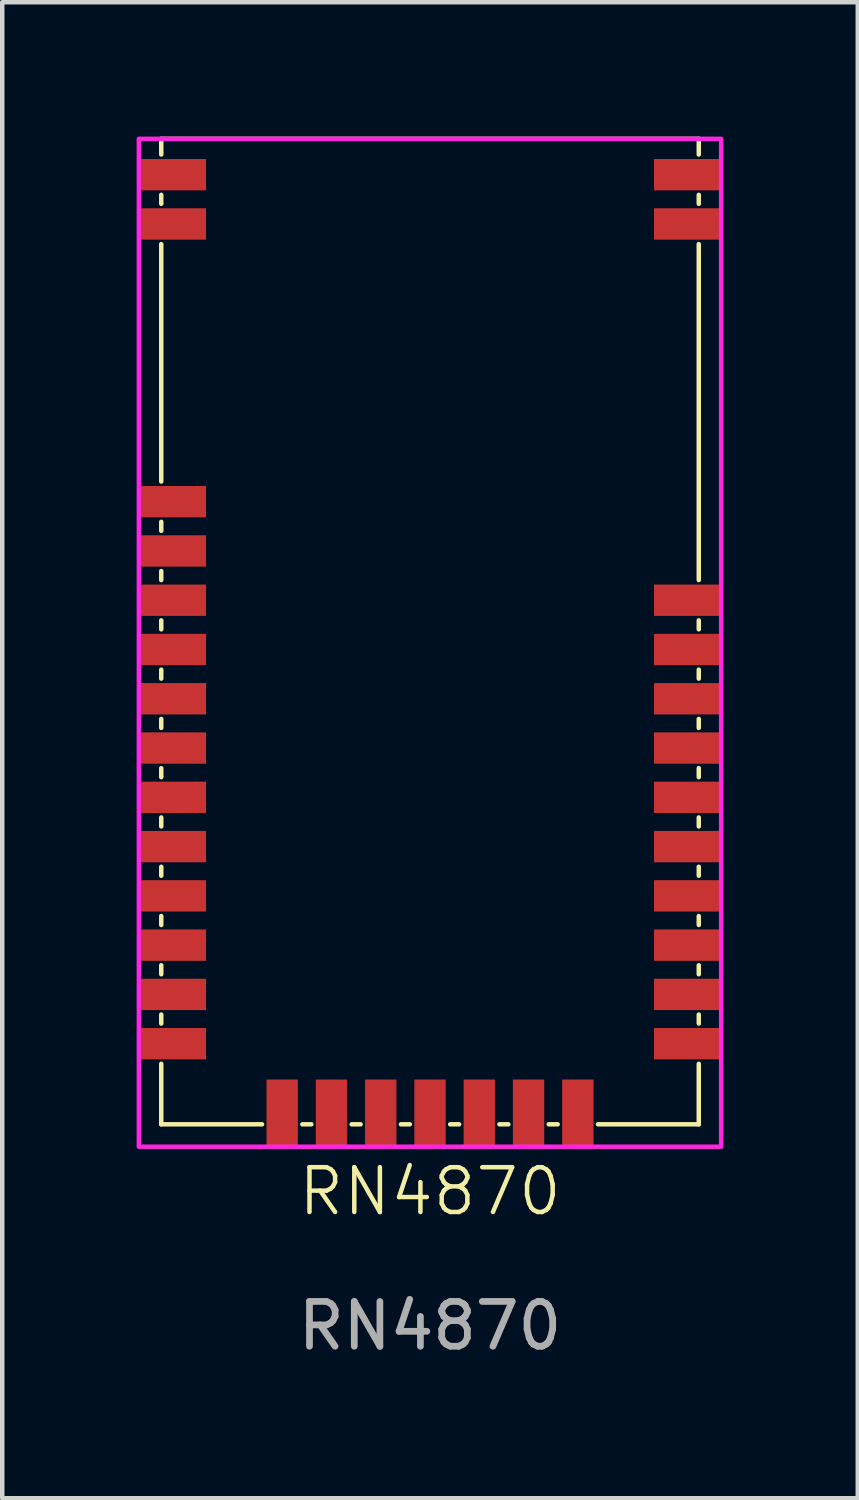
<source format=kicad_pcb>
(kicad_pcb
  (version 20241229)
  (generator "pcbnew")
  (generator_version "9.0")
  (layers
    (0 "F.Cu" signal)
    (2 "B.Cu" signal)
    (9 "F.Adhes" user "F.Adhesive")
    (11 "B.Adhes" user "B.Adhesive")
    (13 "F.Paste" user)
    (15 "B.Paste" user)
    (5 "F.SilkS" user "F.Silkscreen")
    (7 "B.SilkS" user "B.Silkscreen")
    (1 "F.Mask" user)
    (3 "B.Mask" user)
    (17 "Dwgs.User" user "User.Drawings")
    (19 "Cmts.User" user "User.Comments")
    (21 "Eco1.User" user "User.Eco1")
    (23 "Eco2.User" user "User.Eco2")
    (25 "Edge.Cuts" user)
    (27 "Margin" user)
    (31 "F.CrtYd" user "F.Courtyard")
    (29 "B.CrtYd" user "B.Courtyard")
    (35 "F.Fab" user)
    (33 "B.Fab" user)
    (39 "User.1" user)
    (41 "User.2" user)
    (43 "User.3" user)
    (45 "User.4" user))
  (footprint "RN4870"
    (layer "F.Cu")
    (at 6.55 11.05)
    (property "Reference" "RN4870" (at 0 12.5 0) (unlocked yes) (layer "F.SilkS") (effects (font (size 1 1) (thickness 0.1))))
    (attr smd)
    (fp_line (start -6 -11) (end 6 -11) (stroke (width 0.1) (type default)) (layer "F.SilkS"))
    (fp_line (start -6 -10.65) (end -6 -11) (stroke (width 0.1) (type default)) (layer "F.SilkS"))
    (fp_line (start -6 -9.55) (end -6 -9.75) (stroke (width 0.1) (type default)) (layer "F.SilkS"))
    (fp_line (start -6 -3.35) (end -6 -8.65) (stroke (width 0.1) (type default)) (layer "F.SilkS"))
    (fp_line (start -6 -2.25) (end -6 -2.45) (stroke (width 0.1) (type default)) (layer "F.SilkS"))
    (fp_line (start -6 -1.15) (end -6 -1.35) (stroke (width 0.1) (type default)) (layer "F.SilkS"))
    (fp_line (start -6 -0.05) (end -6 -0.25) (stroke (width 0.1) (type default)) (layer "F.SilkS"))
    (fp_line (start -6 1.05) (end -6 0.85) (stroke (width 0.1) (type default)) (layer "F.SilkS"))
    (fp_line (start -6 2.15) (end -6 1.95) (stroke (width 0.1) (type default)) (layer "F.SilkS"))
    (fp_line (start -6 3.25) (end -6 3.05) (stroke (width 0.1) (type default)) (layer "F.SilkS"))
    (fp_line (start -6 4.35) (end -6 4.15) (stroke (width 0.1) (type default)) (layer "F.SilkS"))
    (fp_line (start -6 5.45) (end -6 5.25) (stroke (width 0.1) (type default)) (layer "F.SilkS"))
    (fp_line (start -6 6.55) (end -6 6.35) (stroke (width 0.1) (type default)) (layer "F.SilkS"))
    (fp_line (start -6 7.65) (end -6 7.45) (stroke (width 0.1) (type default)) (layer "F.SilkS"))
    (fp_line (start -6 8.75) (end -6 8.55) (stroke (width 0.1) (type default)) (layer "F.SilkS"))
    (fp_line (start -6 11) (end -6 9.65) (stroke (width 0.1) (type default)) (layer "F.SilkS"))
    (fp_line (start -3.75 11) (end -6 11) (stroke (width 0.1) (type default)) (layer "F.SilkS"))
    (fp_line (start -2.65 11) (end -2.85 11) (stroke (width 0.1) (type default)) (layer "F.SilkS"))
    (fp_line (start -1.55 11) (end -1.75 11) (stroke (width 0.1) (type default)) (layer "F.SilkS"))
    (fp_line (start -0.45 11) (end -0.65 11) (stroke (width 0.1) (type default)) (layer "F.SilkS"))
    (fp_line (start 0.65 11) (end 0.45 11) (stroke (width 0.1) (type default)) (layer "F.SilkS"))
    (fp_line (start 1.75 11) (end 1.55 11) (stroke (width 0.1) (type default)) (layer "F.SilkS"))
    (fp_line (start 2.85 11) (end 2.65 11) (stroke (width 0.1) (type default)) (layer "F.SilkS"))
    (fp_line (start 3.75 11) (end 6 11) (stroke (width 0.1) (type default)) (layer "F.SilkS"))
    (fp_line (start 6 -11) (end 6 -10.65) (stroke (width 0.1) (type default)) (layer "F.SilkS"))
    (fp_line (start 6 -9.75) (end 6 -9.55) (stroke (width 0.1) (type default)) (layer "F.SilkS"))
    (fp_line (start 6 -8.65) (end 6 -1.15) (stroke (width 0.1) (type default)) (layer "F.SilkS"))
    (fp_line (start 6 -0.05) (end 6 -0.25) (stroke (width 0.1) (type default)) (layer "F.SilkS"))
    (fp_line (start 6 1.05) (end 6 0.85) (stroke (width 0.1) (type default)) (layer "F.SilkS"))
    (fp_line (start 6 2.15) (end 6 1.95) (stroke (width 0.1) (type default)) (layer "F.SilkS"))
    (fp_line (start 6 3.25) (end 6 3.05) (stroke (width 0.1) (type default)) (layer "F.SilkS"))
    (fp_line (start 6 4.35) (end 6 4.15) (stroke (width 0.1) (type default)) (layer "F.SilkS"))
    (fp_line (start 6 5.45) (end 6 5.25) (stroke (width 0.1) (type default)) (layer "F.SilkS"))
    (fp_line (start 6 6.55) (end 6 6.35) (stroke (width 0.1) (type default)) (layer "F.SilkS"))
    (fp_line (start 6 7.65) (end 6 7.45) (stroke (width 0.1) (type default)) (layer "F.SilkS"))
    (fp_line (start 6 8.75) (end 6 8.55) (stroke (width 0.1) (type default)) (layer "F.SilkS"))
    (fp_line (start 6 11) (end 6 9.65) (stroke (width 0.1) (type default)) (layer "F.SilkS"))
    (fp_rect (start -6.5 -11) (end 6.5 11.5) (stroke (width 0.1) (type default)) (fill no) (layer "F.CrtYd"))
    (fp_text user "${REFERENCE}" (at 0 15.5 0) (unlocked yes) (layer "F.Fab") (effects (font (size 1 1) (thickness 0.15))))
    (pad "1" smd rect (at -5.75 -10.2) (size 1.5 0.7) (layers "F.Cu" "F.Mask" "F.Paste"))
    (pad "2" smd rect (at -5.75 -9.1) (size 1.5 0.7) (layers "F.Cu" "F.Mask" "F.Paste"))
    (pad "3" smd rect (at -5.75 -2.9) (size 1.5 0.7) (layers "F.Cu" "F.Mask" "F.Paste"))
    (pad "4" smd rect (at -5.75 -1.8) (size 1.5 0.7) (layers "F.Cu" "F.Mask" "F.Paste"))
    (pad "5" smd rect (at -5.75 -0.7) (size 1.5 0.7) (layers "F.Cu" "F.Mask" "F.Paste"))
    (pad "6" smd rect (at -5.75 0.4) (size 1.5 0.7) (layers "F.Cu" "F.Mask" "F.Paste"))
    (pad "7" smd rect (at -5.75 1.5) (size 1.5 0.7) (layers "F.Cu" "F.Mask" "F.Paste"))
    (pad "8" smd rect (at -5.75 2.6) (size 1.5 0.7) (layers "F.Cu" "F.Mask" "F.Paste"))
    (pad "9" smd rect (at -5.75 3.7) (size 1.5 0.7) (layers "F.Cu" "F.Mask" "F.Paste"))
    (pad "10" smd rect (at -5.75 4.8) (size 1.5 0.7) (layers "F.Cu" "F.Mask" "F.Paste"))
    (pad "11" smd rect (at -5.75 5.9) (size 1.5 0.7) (layers "F.Cu" "F.Mask" "F.Paste"))
    (pad "12" smd rect (at -5.75 7) (size 1.5 0.7) (layers "F.Cu" "F.Mask" "F.Paste"))
    (pad "13" smd rect (at -5.75 8.1) (size 1.5 0.7) (layers "F.Cu" "F.Mask" "F.Paste"))
    (pad "14" smd rect (at -5.75 9.2) (size 1.5 0.7) (layers "F.Cu" "F.Mask" "F.Paste"))
    (pad "15" smd rect (at -3.3 10.75 90) (size 1.5 0.7) (layers "F.Cu" "F.Mask" "F.Paste"))
    (pad "16" smd rect (at -2.2 10.75 90) (size 1.5 0.7) (layers "F.Cu" "F.Mask" "F.Paste"))
    (pad "17" smd rect (at -1.1 10.75 90) (size 1.5 0.7) (layers "F.Cu" "F.Mask" "F.Paste"))
    (pad "18" smd rect (at 0 10.75 90) (size 1.5 0.7) (layers "F.Cu" "F.Mask" "F.Paste"))
    (pad "19" smd rect (at 1.1 10.75 90) (size 1.5 0.7) (layers "F.Cu" "F.Mask" "F.Paste"))
    (pad "20" smd rect (at 2.2 10.75 90) (size 1.5 0.7) (layers "F.Cu" "F.Mask" "F.Paste"))
    (pad "21" smd rect (at 3.3 10.75 90) (size 1.5 0.7) (layers "F.Cu" "F.Mask" "F.Paste"))
    (pad "22" smd rect (at 5.75 9.2) (size 1.5 0.7) (layers "F.Cu" "F.Mask" "F.Paste"))
    (pad "23" smd rect (at 5.75 8.1) (size 1.5 0.7) (layers "F.Cu" "F.Mask" "F.Paste"))
    (pad "24" smd rect (at 5.75 7) (size 1.5 0.7) (layers "F.Cu" "F.Mask" "F.Paste"))
    (pad "25" smd rect (at 5.75 5.9) (size 1.5 0.7) (layers "F.Cu" "F.Mask" "F.Paste"))
    (pad "26" smd rect (at 5.75 4.8) (size 1.5 0.7) (layers "F.Cu" "F.Mask" "F.Paste"))
    (pad "27" smd rect (at 5.75 3.7) (size 1.5 0.7) (layers "F.Cu" "F.Mask" "F.Paste"))
    (pad "28" smd rect (at 5.75 2.6) (size 1.5 0.7) (layers "F.Cu" "F.Mask" "F.Paste"))
    (pad "29" smd rect (at 5.75 1.5) (size 1.5 0.7) (layers "F.Cu" "F.Mask" "F.Paste"))
    (pad "30" smd rect (at 5.75 0.4) (size 1.5 0.7) (layers "F.Cu" "F.Mask" "F.Paste"))
    (pad "31" smd rect (at 5.75 -0.7) (size 1.5 0.7) (layers "F.Cu" "F.Mask" "F.Paste"))
    (pad "32" smd rect (at 5.75 -9.1) (size 1.5 0.7) (layers "F.Cu" "F.Mask" "F.Paste"))
    (pad "33" smd rect (at 5.75 -10.2) (size 1.5 0.7) (layers "F.Cu" "F.Mask" "F.Paste"))
    (zone (net_name "") (layer "F.Cu") (hatch full 0.25) (connect_pads) (min_thickness 0.25) (filled_areas_thickness no) (keepout (tracks not_allowed) (vias not_allowed) (pads not_allowed) (copperpour not_allowed) (footprints allowed)) (placement (enabled no)) (fill) (polygon (pts (xy 4.7 9.45) (xy 3.05 9.45) (xy 3.05 11.05) (xy 4.7 11.05))))
    (zone (net_name "") (layer "F.Cu") (hatch full 0.25) (connect_pads) (min_thickness 0.25) (filled_areas_thickness no) (keepout (tracks not_allowed) (vias not_allowed) (pads not_allowed) (copperpour not_allowed) (footprints allowed)) (placement (enabled no)) (fill) (polygon (pts (xy 9.05 8.85) (xy 7.45 8.85) (xy 7.45 10.35) (xy 9.05 10.35))))
    (zone (net_name "") (layer "F.Cu") (hatch full 0.25) (connect_pads) (min_thickness 0.25) (filled_areas_thickness no) (keepout (tracks not_allowed) (vias not_allowed) (pads not_allowed) (copperpour not_allowed) (footprints allowed)) (placement (enabled no)) (fill) (polygon (pts (xy 11.55 16.55) (xy 10.15 16.55) (xy 10.15 17.95) (xy 11.55 17.95))))
    (zone (net_name "") (layer "F.Cu") (hatch full 0.25) (connect_pads) (min_thickness 0.25) (filled_areas_thickness no) (keepout (tracks not_allowed) (vias not_allowed) (pads not_allowed) (copperpour not_allowed) (footprints allowed)) (placement (enabled no)) (fill) (polygon (pts (xy 8.55 7.65) (xy 12.55 7.65) (xy 12.55 0.05) (xy 0.55 0.05) (xy 0.55 4.05) (xy 8.55 4.05))))
    (zone (net_name "") (layer "B.Cu") (hatch full 0.25) (connect_pads) (min_thickness 0.25) (filled_areas_thickness no) (keepout (tracks not_allowed) (vias not_allowed) (pads not_allowed) (copperpour not_allowed) (footprints allowed)) (placement (enabled no)) (fill) (polygon (pts (xy 12.5 0.05) (xy 0.6 0.05) (xy 0.6 4.05) (xy 12.5 4.05)))))
  (gr_rect
    (start -3 -3)
    (end 16.1 30.398)
    (stroke (width 0.1) (type default))
    (fill no)
    (layer "Edge.Cuts")))
</source>
